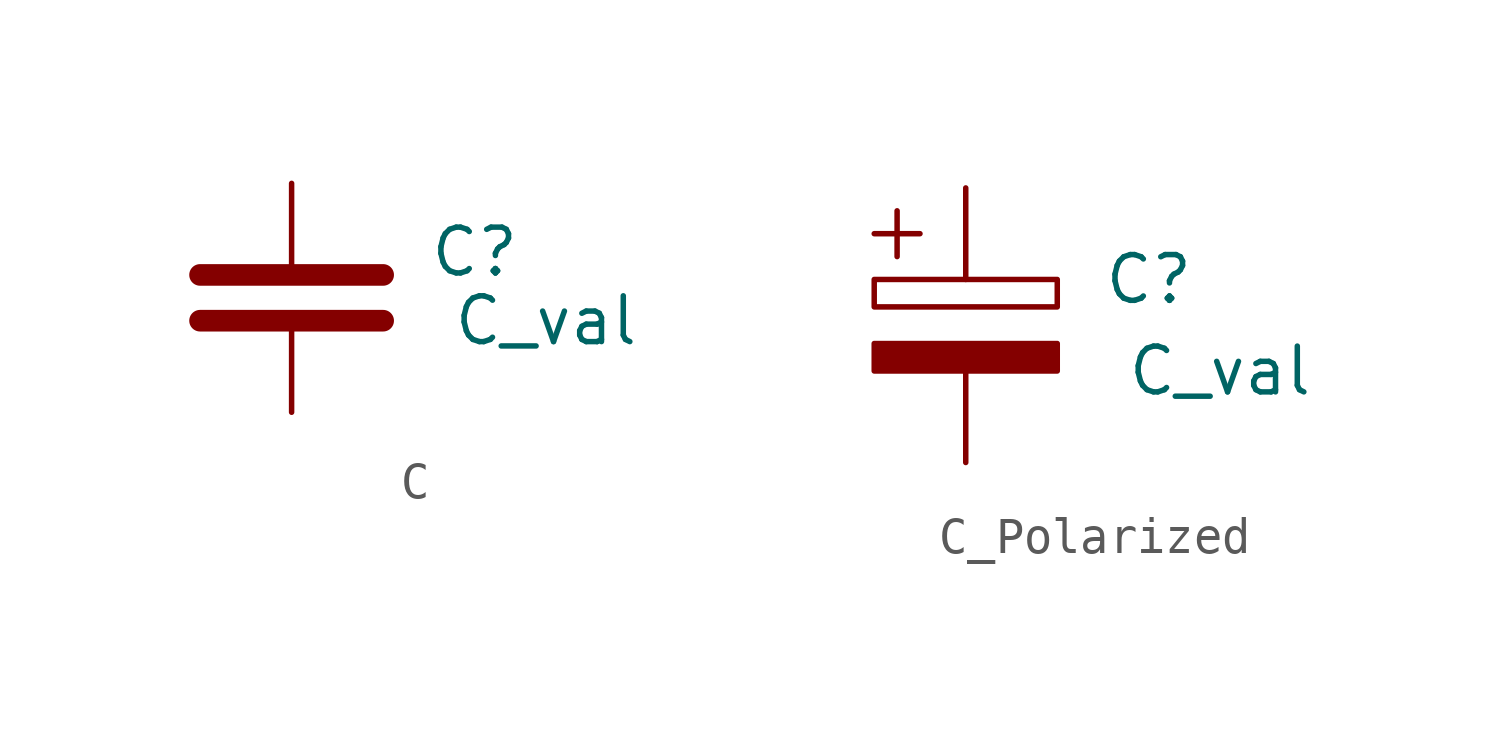
<source format=kicad_sym>
(kicad_symbol_lib
  (version 20220914)
  (generator kicad_symbol_editor)
  (symbol "C"
    (pin_numbers hide)
    (property "Reference" "C"
      (at 5.08 -1.905 0)
      (effects (font (size 1.27 1.27))))
    (property "Value" "C_val"
      (at 4.445 -3.81 0)
      (effects (font (size 1.27 1.27)) (justify left)))
    (symbol "C_0_1"
      (polyline (pts (xy -2.54 -3.81) (xy 2.54 -3.81) (xy 0 -3.81)) (stroke (width 0.6) (type default)) (fill (type none)))
      (polyline (pts (xy -2.54 -2.54) (xy 2.54 -2.54) (xy 0 -2.54)) (stroke (width 0.6) (type default)) (fill (type none))))
    (symbol "C_1_1"
      (pin passive line (at 0 0 270) (length 2.54) (name "" (effects (font (size 1.27 1.27)))) (number "1" (effects (font (size 1.27 1.27)))))
      (pin passive line (at 0 -6.35 90) (length 2.54) (name "" (effects (font (size 1.27 1.27)))) (number "2" (effects (font (size 1.27 1.27)))))))
  (symbol "C_Polarized"
    (pin_numbers hide)
    (property "Reference" "C"
      (at 5.08 -2.54 0)
      (effects (font (size 1.27 1.27))))
    (property "Value" "C_val"
      (at 4.445 -5.08 0)
      (effects (font (size 1.27 1.27)) (justify left)))
    (symbol "C_Polarized_0_1"
      (rectangle (start -2.54 -4.318) (end 2.54 -5.08) (stroke (width 0) (type default)) (fill (type outline)))
      (rectangle (start -2.54 -2.54) (end 2.54 -3.302) (stroke (width 0) (type default)) (fill (type none)))
      (polyline (pts (xy -2.54 -1.27) (xy -1.27 -1.27)) (stroke (width 0) (type default)) (fill (type none)))
      (polyline (pts (xy -1.905 -1.27) (xy -1.905 -1.905) (xy -1.905 -0.635)) (stroke (width 0) (type default)) (fill (type none))))
    (symbol "C_Polarized_1_1"
      (pin passive line (at 0 0 270) (length 2.54) (name "" (effects (font (size 1.27 1.27)))) (number "1" (effects (font (size 1.27 1.27)))))
      (pin passive line (at 0 -7.62 90) (length 2.54) (name "" (effects (font (size 1.27 1.27)))) (number "2" (effects (font (size 1.27 1.27))))))))
</source>
